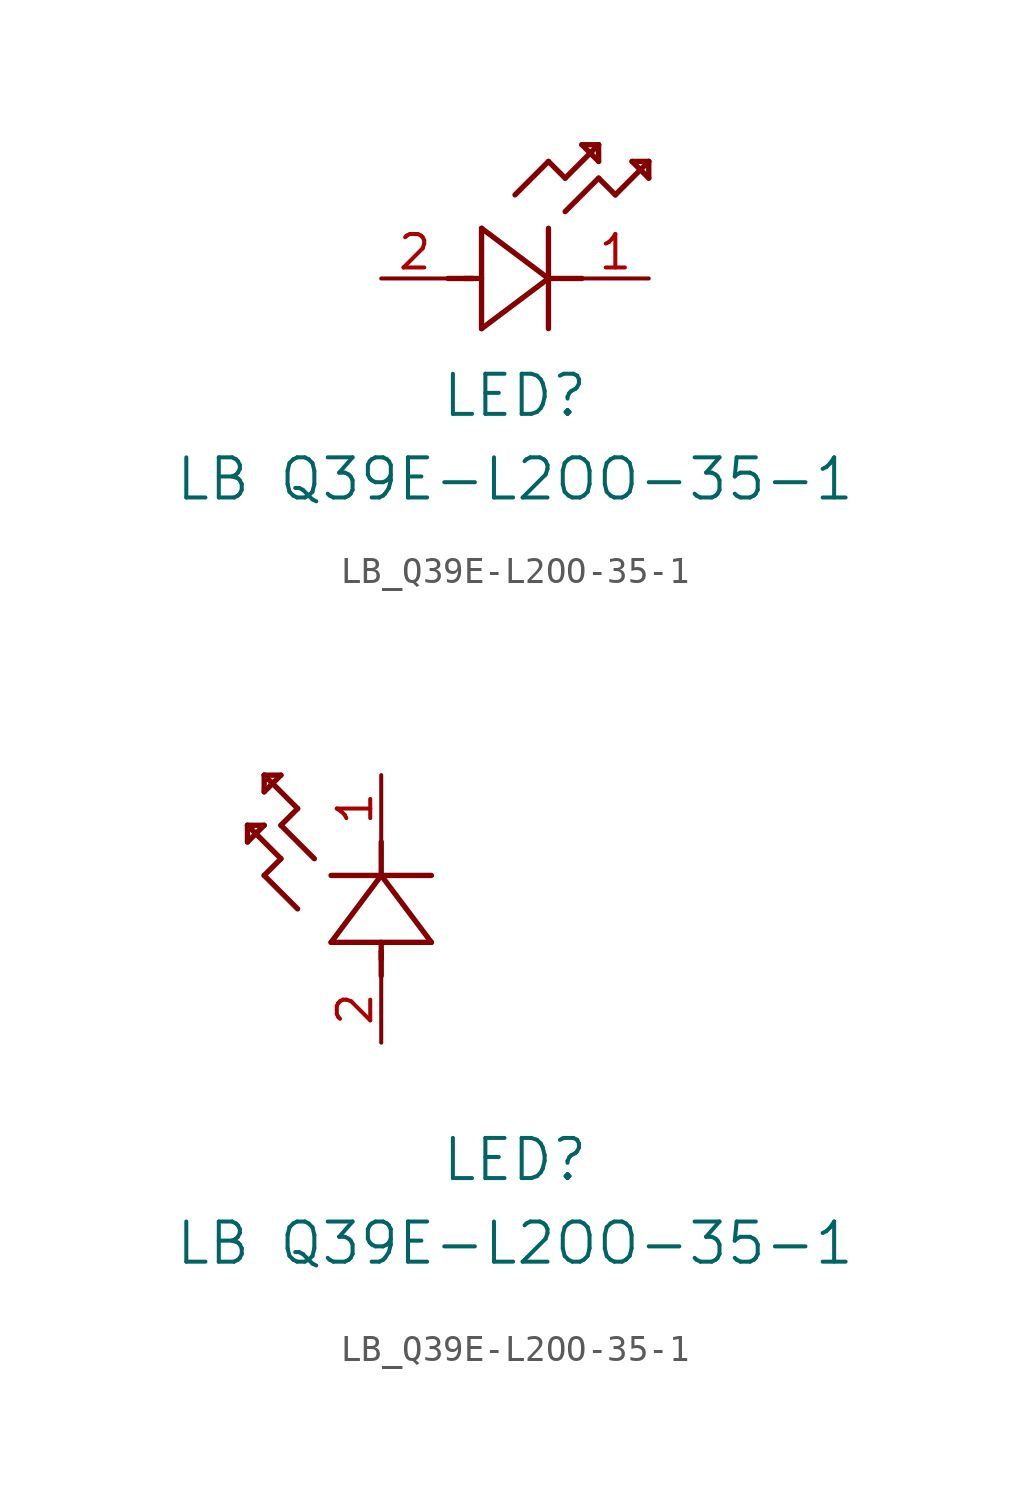
<source format=kicad_sym>
(kicad_symbol_lib
  (version 20211014)
  (generator kicad_symbol_editor)
  (symbol "LB_Q39E-L2OO-35-1"
    (pin_names
      (offset 0.254))
    (property "Reference" "LED"
      (at 5.08 -4.445 0)
      (effects (font (size 1.524 1.524))))
    (property "Value" "LB Q39E-L2OO-35-1"
      (at 5.08 -7.62 0)
      (effects (font (size 1.524 1.524))))
    (symbol "LB_Q39E-L2OO-35-1_1_1"
      (polyline (pts (xy 2.54 0) (xy 3.48 0)) (stroke (width 0.203) (type default) (color 0 0 0 0)) (fill (type none)))
      (polyline (pts (xy 3.81 1.905) (xy 3.81 -1.905)) (stroke (width 0.203) (type default) (color 0 0 0 0)) (fill (type none)))
      (polyline (pts (xy 3.175 0) (xy 3.81 0)) (stroke (width 0.203) (type default) (color 0 0 0 0)) (fill (type none)))
      (polyline (pts (xy 6.35 -1.905) (xy 6.35 1.905)) (stroke (width 0.203) (type default) (color 0 0 0 0)) (fill (type none)))
      (polyline (pts (xy 6.35 0) (xy 7.62 0)) (stroke (width 0.203) (type default) (color 0 0 0 0)) (fill (type none)))
      (polyline (pts (xy 6.35 4.445) (xy 6.985 3.81)) (stroke (width 0.203) (type default) (color 0 0 0 0)) (fill (type none)))
      (polyline (pts (xy 6.985 3.81) (xy 8.255 5.08)) (stroke (width 0.203) (type default) (color 0 0 0 0)) (fill (type none)))
      (polyline (pts (xy 8.255 3.81) (xy 8.89 3.175)) (stroke (width 0.203) (type default) (color 0 0 0 0)) (fill (type none)))
      (polyline (pts (xy 8.89 3.175) (xy 10.16 4.445)) (stroke (width 0.203) (type default) (color 0 0 0 0)) (fill (type none)))
      (polyline (pts (xy 8.255 5.08) (xy 7.62 5.08)) (stroke (width 0.203) (type default) (color 0 0 0 0)) (fill (type none)))
      (polyline (pts (xy 7.62 5.08) (xy 8.255 4.445)) (stroke (width 0.203) (type default) (color 0 0 0 0)) (fill (type none)))
      (polyline (pts (xy 8.255 4.445) (xy 8.255 5.08)) (stroke (width 0.203) (type default) (color 0 0 0 0)) (fill (type none)))
      (polyline (pts (xy 10.16 4.445) (xy 9.525 4.445)) (stroke (width 0.203) (type default) (color 0 0 0 0)) (fill (type none)))
      (polyline (pts (xy 9.525 4.445) (xy 10.16 3.81)) (stroke (width 0.203) (type default) (color 0 0 0 0)) (fill (type none)))
      (polyline (pts (xy 10.16 3.81) (xy 10.16 4.445)) (stroke (width 0.203) (type default) (color 0 0 0 0)) (fill (type none)))
      (polyline (pts (xy 6.985 2.54) (xy 8.255 3.81)) (stroke (width 0.203) (type default) (color 0 0 0 0)) (fill (type none)))
      (polyline (pts (xy 6.35 0) (xy 3.81 1.905)) (stroke (width 0.203) (type default) (color 0 0 0 0)) (fill (type none)))
      (polyline (pts (xy 3.81 -1.905) (xy 6.35 0)) (stroke (width 0.203) (type default) (color 0 0 0 0)) (fill (type none)))
      (polyline (pts (xy 5.08 3.175) (xy 6.35 4.445)) (stroke (width 0.203) (type default) (color 0 0 0 0)) (fill (type none)))
      (pin unspecified line (at 10.16 0 180) (length 2.54) (name "" (effects (font (size 1.27 1.27)))) (number "1" (effects (font (size 1.27 1.27)))))
      (pin unspecified line (at 0 0 0) (length 2.54) (name "" (effects (font (size 1.27 1.27)))) (number "2" (effects (font (size 1.27 1.27))))))
    (symbol "LB_Q39E-L2OO-35-1_1_2"
      (polyline (pts (xy 0 2.54) (xy 0 3.48)) (stroke (width 0.203) (type default) (color 0 0 0 0)) (fill (type none)))
      (polyline (pts (xy -1.905 3.81) (xy 1.905 3.81)) (stroke (width 0.203) (type default) (color 0 0 0 0)) (fill (type none)))
      (polyline (pts (xy 0 3.175) (xy 0 3.81)) (stroke (width 0.203) (type default) (color 0 0 0 0)) (fill (type none)))
      (polyline (pts (xy 1.905 6.35) (xy -1.905 6.35)) (stroke (width 0.203) (type default) (color 0 0 0 0)) (fill (type none)))
      (polyline (pts (xy 0 6.35) (xy 0 7.62)) (stroke (width 0.203) (type default) (color 0 0 0 0)) (fill (type none)))
      (polyline (pts (xy 0 6.35) (xy -1.905 3.81)) (stroke (width 0.203) (type default) (color 0 0 0 0)) (fill (type none)))
      (polyline (pts (xy 1.905 3.81) (xy 0 6.35)) (stroke (width 0.203) (type default) (color 0 0 0 0)) (fill (type none)))
      (polyline (pts (xy -4.445 6.35) (xy -3.81 6.985)) (stroke (width 0.203) (type default) (color 0 0 0 0)) (fill (type none)))
      (polyline (pts (xy -2.54 6.985) (xy -3.81 8.255)) (stroke (width 0.203) (type default) (color 0 0 0 0)) (fill (type none)))
      (polyline (pts (xy -3.175 5.08) (xy -4.445 6.35)) (stroke (width 0.203) (type default) (color 0 0 0 0)) (fill (type none)))
      (polyline (pts (xy -4.445 10.16) (xy -4.445 9.525)) (stroke (width 0.203) (type default) (color 0 0 0 0)) (fill (type none)))
      (polyline (pts (xy -4.445 9.525) (xy -3.81 10.16)) (stroke (width 0.203) (type default) (color 0 0 0 0)) (fill (type none)))
      (polyline (pts (xy -3.81 10.16) (xy -4.445 10.16)) (stroke (width 0.203) (type default) (color 0 0 0 0)) (fill (type none)))
      (polyline (pts (xy -3.81 8.255) (xy -3.175 8.89)) (stroke (width 0.203) (type default) (color 0 0 0 0)) (fill (type none)))
      (polyline (pts (xy -3.175 8.89) (xy -4.445 10.16)) (stroke (width 0.203) (type default) (color 0 0 0 0)) (fill (type none)))
      (polyline (pts (xy -3.81 6.985) (xy -5.08 8.255)) (stroke (width 0.203) (type default) (color 0 0 0 0)) (fill (type none)))
      (polyline (pts (xy -5.08 8.255) (xy -5.08 7.62)) (stroke (width 0.203) (type default) (color 0 0 0 0)) (fill (type none)))
      (polyline (pts (xy -5.08 7.62) (xy -4.445 8.255)) (stroke (width 0.203) (type default) (color 0 0 0 0)) (fill (type none)))
      (polyline (pts (xy -4.445 8.255) (xy -5.08 8.255)) (stroke (width 0.203) (type default) (color 0 0 0 0)) (fill (type none)))
      (pin unspecified line (at 0 10.16 270) (length 2.54) (name "" (effects (font (size 1.27 1.27)))) (number "1" (effects (font (size 1.27 1.27)))))
      (pin unspecified line (at 0 0 90) (length 2.54) (name "" (effects (font (size 1.27 1.27)))) (number "2" (effects (font (size 1.27 1.27))))))))
</source>
